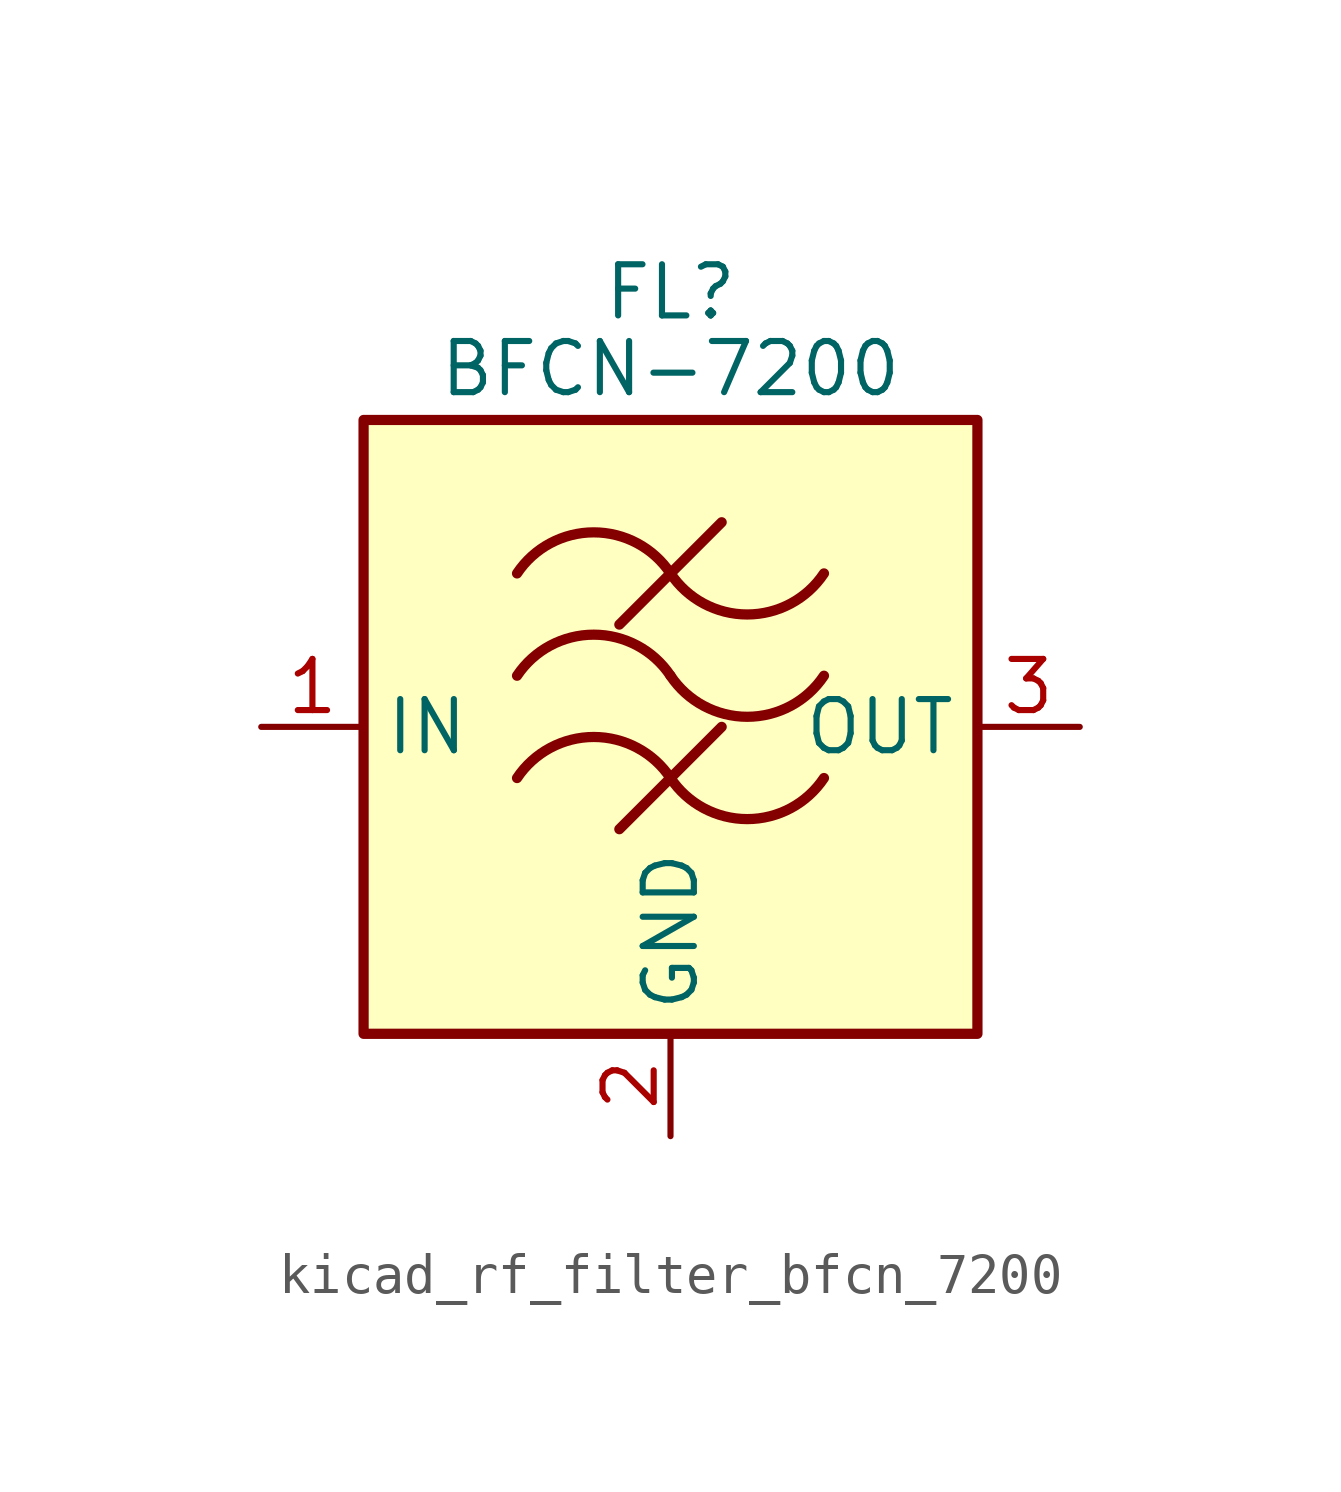
<source format=kicad_sym>
(kicad_symbol_lib
  (version 20220914)
  (generator kicad_symbol_editor)
  (symbol "kicad_rf_filter_bfcn_7200"
    (property "Reference" "FL"
      (at 0 10.795 0)
      (effects (font (size 1.27 1.27))))
    (property "Value" "BFCN-7200"
      (at 0 8.89 0)
      (effects (font (size 1.27 1.27))))
    (symbol "kicad_rf_filter_bfcn_7200_0_1"
      (rectangle (start -7.62 7.62) (end 7.62 -7.62) (stroke (width 0.254) (type default)) (fill (type background)))
      (arc (start 0 -1.27) (mid -1.905 -0.2505) (end -3.81 -1.27) (stroke (width 0.254) (type default)) (fill (type none)))
      (arc (start 0 -1.27) (mid 1.905 -2.2895) (end 3.81 -1.27) (stroke (width 0.254) (type default)) (fill (type none)))
      (polyline (pts (xy -1.27 -2.54) (xy 1.27 0)) (stroke (width 0.254) (type default)) (fill (type none)))
      (polyline (pts (xy -1.27 2.54) (xy 1.27 5.08)) (stroke (width 0.254) (type default)) (fill (type none)))
      (arc (start 0 1.27) (mid -1.905 2.2895) (end -3.81 1.27) (stroke (width 0.254) (type default)) (fill (type none)))
      (arc (start 0 1.27) (mid 1.905 0.2505) (end 3.81 1.27) (stroke (width 0.254) (type default)) (fill (type none)))
      (arc (start 0 3.81) (mid -1.905 4.8295) (end -3.81 3.81) (stroke (width 0.254) (type default)) (fill (type none)))
      (arc (start 0 3.81) (mid 1.905 2.7905) (end 3.81 3.81) (stroke (width 0.254) (type default)) (fill (type none))))
    (symbol "kicad_rf_filter_bfcn_7200_1_1"
      (pin passive line (at -10.16 0 0) (length 2.54) (name "IN" (effects (font (size 1.27 1.27)))) (number "1" (effects (font (size 1.27 1.27)))))
      (pin passive line (at 0 -10.16 90) (length 2.54) (name "GND" (effects (font (size 1.27 1.27)))) (number "2" (effects (font (size 1.27 1.27)))))
      (pin passive line (at 10.16 0 180) (length 2.54) (name "OUT" (effects (font (size 1.27 1.27)))) (number "3" (effects (font (size 1.27 1.27)))))
      (pin passive line (at 0 -10.16 90) (length 2.54) hide (name "GND" (effects (font (size 1.27 1.27)))) (number "4" (effects (font (size 1.27 1.27))))))))
</source>
